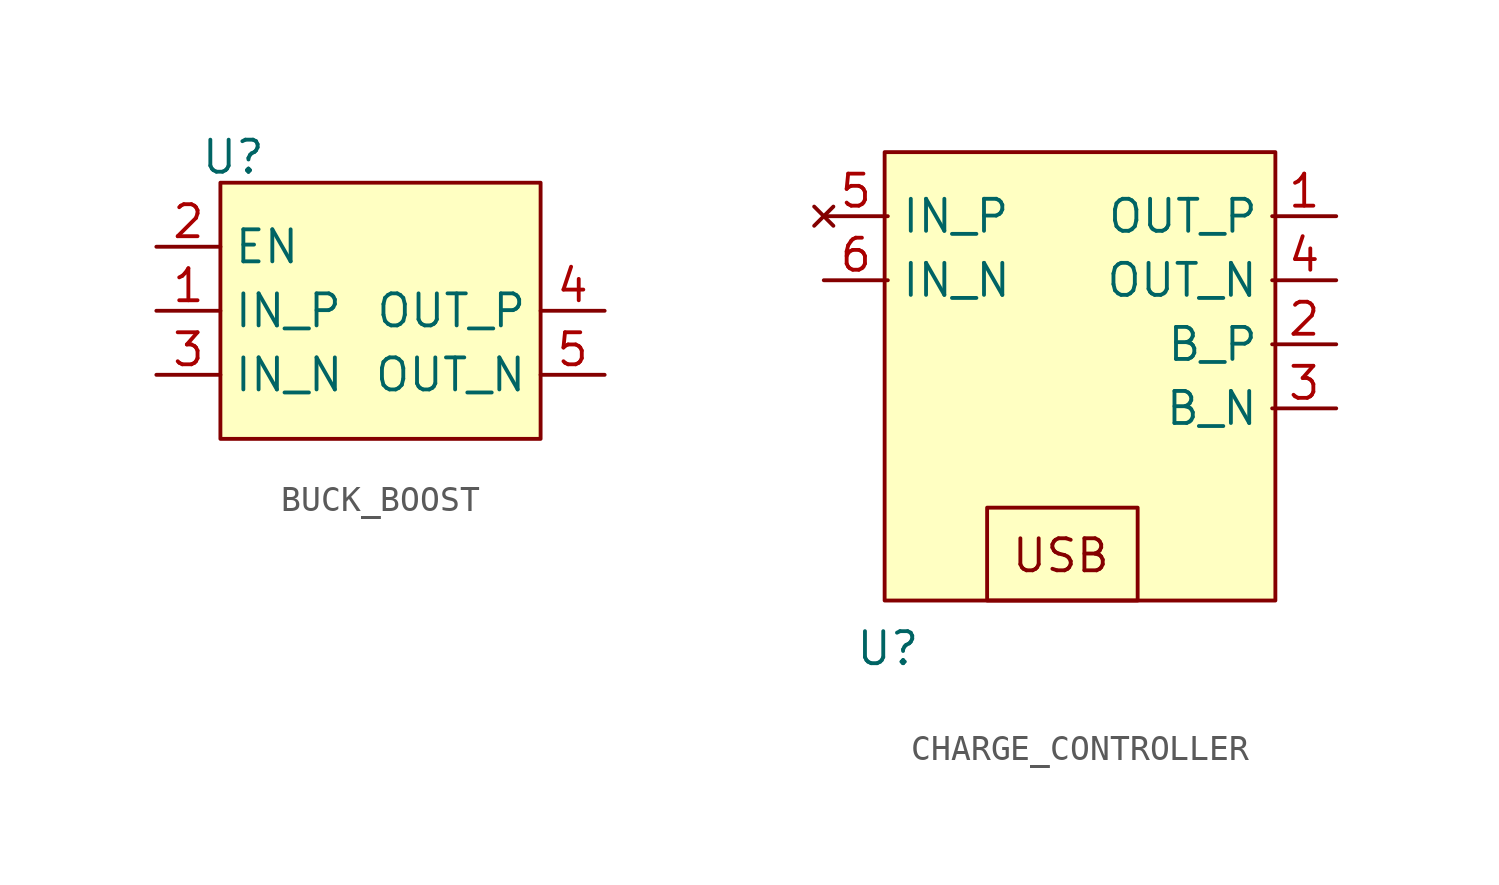
<source format=kicad_sym>
(kicad_symbol_lib
  (version 20220914)
  (generator kicad_symbol_editor)
  (symbol "BUCK_BOOST"
    (property "Reference" "U"
      (at 0.508 11.176 0)
      (effects (font (size 1.27 1.27))))
    (property "Value" ""
      (at 0 0 0)
      (effects (font (size 1.27 1.27))))
    (symbol "BUCK_BOOST_1_1"
      (rectangle (start 0 10.16) (end 12.7 0) (stroke (width 0) (type default)) (fill (type background)))
      (pin power_in line (at -2.54 5.08 0) (length 2.54) (name "IN_P" (effects (font (size 1.27 1.27)))) (number "1" (effects (font (size 1.27 1.27)))))
      (pin input line (at -2.54 7.62 0) (length 2.54) (name "EN" (effects (font (size 1.27 1.27)))) (number "2" (effects (font (size 1.27 1.27)))))
      (pin power_in line (at -2.54 2.54 0) (length 2.54) (name "IN_N" (effects (font (size 1.27 1.27)))) (number "3" (effects (font (size 1.27 1.27)))))
      (pin power_out line (at 15.24 5.08 180) (length 2.54) (name "OUT_P" (effects (font (size 1.27 1.27)))) (number "4" (effects (font (size 1.27 1.27)))))
      (pin power_in line (at 15.24 2.54 180) (length 2.54) (name "OUT_N" (effects (font (size 1.27 1.27)))) (number "5" (effects (font (size 1.27 1.27)))))))
  (symbol "CHARGE_CONTROLLER"
    (property "Reference" "U"
      (at 0 -1.905 0)
      (effects (font (size 1.27 1.27))))
    (property "Value" ""
      (at 0 0 0)
      (effects (font (size 1.27 1.27))))
    (symbol "CHARGE_CONTROLLER_1_1"
      (rectangle (start -0.127 17.78) (end 15.367 0) (stroke (width 0) (type default)) (fill (type background)))
      (rectangle (start 3.937 3.683) (end 9.906 0) (stroke (width 0) (type default)) (fill (type none)))
      (text "USB" (at 6.858 1.778 0) (effects (font (size 1.27 1.27))))
      (pin power_out line (at 17.78 15.24 180) (length 2.54) (name "OUT_P" (effects (font (size 1.27 1.27)))) (number "1" (effects (font (size 1.27 1.27)))))
      (pin power_out line (at 17.78 10.16 180) (length 2.54) (name "B_P" (effects (font (size 1.27 1.27)))) (number "2" (effects (font (size 1.27 1.27)))))
      (pin power_in line (at 17.78 7.62 180) (length 2.54) (name "B_N" (effects (font (size 1.27 1.27)))) (number "3" (effects (font (size 1.27 1.27)))))
      (pin power_out line (at 17.78 12.7 180) (length 2.54) (name "OUT_N" (effects (font (size 1.27 1.27)))) (number "4" (effects (font (size 1.27 1.27)))))
      (pin no_connect line (at -2.54 15.24 0) (length 2.54) (name "IN_P" (effects (font (size 1.27 1.27)))) (number "5" (effects (font (size 1.27 1.27)))))
      (pin power_in line (at -2.54 12.7 0) (length 2.54) (name "IN_N" (effects (font (size 1.27 1.27)))) (number "6" (effects (font (size 1.27 1.27))))))))
</source>
